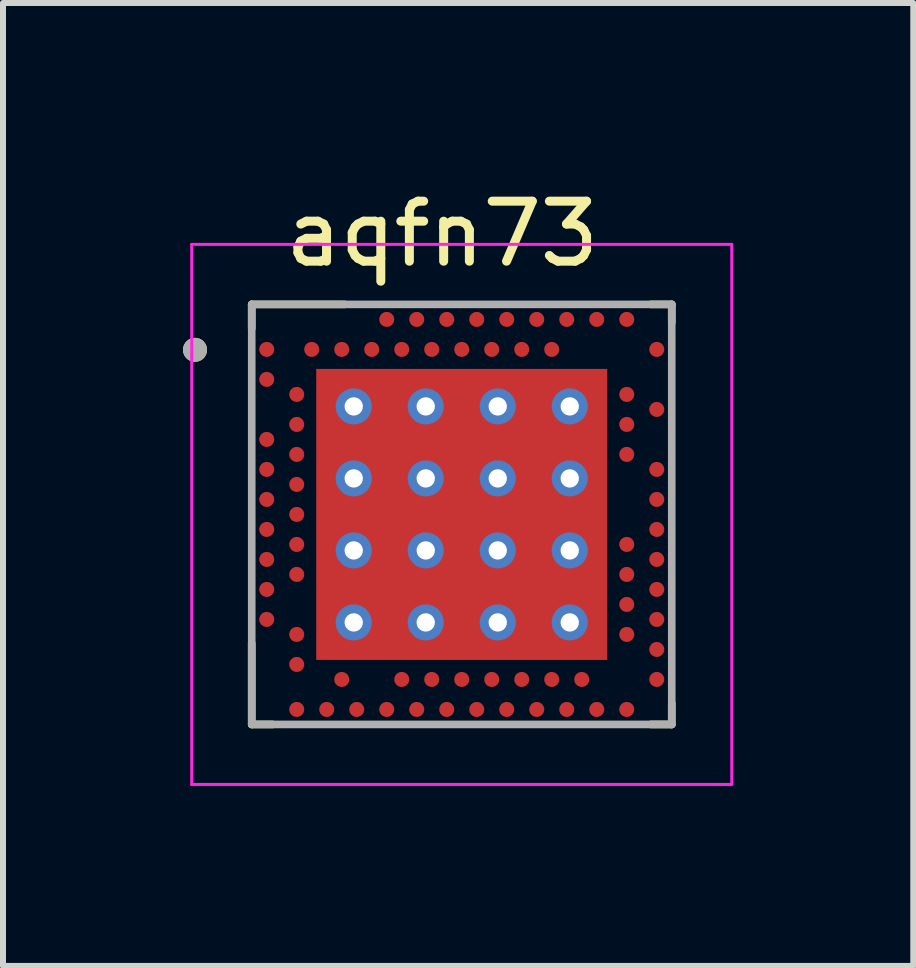
<source format=kicad_pcb>
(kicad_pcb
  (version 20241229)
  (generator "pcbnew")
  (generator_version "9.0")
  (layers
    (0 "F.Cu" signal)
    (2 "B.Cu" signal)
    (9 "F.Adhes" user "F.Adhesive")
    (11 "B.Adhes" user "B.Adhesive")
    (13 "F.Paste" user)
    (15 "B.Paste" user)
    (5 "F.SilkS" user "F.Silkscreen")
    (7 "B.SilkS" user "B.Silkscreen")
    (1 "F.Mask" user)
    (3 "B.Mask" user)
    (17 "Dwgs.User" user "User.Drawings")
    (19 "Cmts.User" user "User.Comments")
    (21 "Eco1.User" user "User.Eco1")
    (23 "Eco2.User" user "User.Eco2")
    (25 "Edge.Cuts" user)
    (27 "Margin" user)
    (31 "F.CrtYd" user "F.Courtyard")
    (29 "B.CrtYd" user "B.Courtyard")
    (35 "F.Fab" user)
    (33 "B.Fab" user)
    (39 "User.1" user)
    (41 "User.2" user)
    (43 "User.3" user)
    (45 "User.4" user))
  (footprint "aqfn73"
    (layer "F.Cu")
    (at 4.645 5.523)
    (property "Reference" "aqfn73" (at -0.325 -4.675 0) (layer "F.SilkS") (effects (font (size 1 1) (thickness 0.15))))
    (attr smd)
    (fp_line (start -3.5 -3.5) (end -1.95 -3.5) (stroke (width 0.127) (type solid)) (layer "F.SilkS"))
    (fp_line (start -3.5 -3.1) (end -3.5 -3.5) (stroke (width 0.127) (type solid)) (layer "F.SilkS"))
    (fp_line (start -3.5 3.5) (end -3.5 2.15) (stroke (width 0.127) (type solid)) (layer "F.SilkS"))
    (fp_line (start -3.15 3.5) (end -3.5 3.5) (stroke (width 0.127) (type solid)) (layer "F.SilkS"))
    (fp_line (start 3.15 -3.5) (end 3.5 -3.5) (stroke (width 0.127) (type solid)) (layer "F.SilkS"))
    (fp_line (start 3.5 -3.5) (end 3.5 -3.2) (stroke (width 0.127) (type solid)) (layer "F.SilkS"))
    (fp_line (start 3.5 3.15) (end 3.5 3.5) (stroke (width 0.127) (type solid)) (layer "F.SilkS"))
    (fp_line (start 3.5 3.5) (end 3.15 3.5) (stroke (width 0.127) (type solid)) (layer "F.SilkS"))
    (fp_circle (center -4.445 -2.743) (end -4.345 -2.743) (stroke (width 0.2) (type solid)) (fill no) (layer "F.SilkS"))
    (fp_poly (pts (xy -2.075 -2.075) (xy -0.355 -2.075) (xy -0.355 -0.355) (xy -2.075 -0.355)) (stroke (width 0.01) (type solid)) (fill yes) (layer "F.Paste"))
    (fp_poly (pts (xy -2.075 0.355) (xy -0.355 0.355) (xy -0.355 2.075) (xy -2.075 2.075)) (stroke (width 0.01) (type solid)) (fill yes) (layer "F.Paste"))
    (fp_poly (pts (xy 0.355 -2.075) (xy 2.075 -2.075) (xy 2.075 -0.355) (xy 0.355 -0.355)) (stroke (width 0.01) (type solid)) (fill yes) (layer "F.Paste"))
    (fp_poly (pts (xy 0.355 0.355) (xy 2.075 0.355) (xy 2.075 2.075) (xy 0.355 2.075)) (stroke (width 0.01) (type solid)) (fill yes) (layer "F.Paste"))
    (fp_line (start -4.5 -4.5) (end -4.5 4.5) (stroke (width 0.05) (type solid)) (layer "F.CrtYd"))
    (fp_line (start -4.5 4.5) (end 4.5 4.5) (stroke (width 0.05) (type solid)) (layer "F.CrtYd"))
    (fp_line (start 4.5 -4.5) (end -4.5 -4.5) (stroke (width 0.05) (type solid)) (layer "F.CrtYd"))
    (fp_line (start 4.5 4.5) (end 4.5 -4.5) (stroke (width 0.05) (type solid)) (layer "F.CrtYd"))
    (fp_line (start -3.5 -3.5) (end 3.5 -3.5) (stroke (width 0.127) (type solid)) (layer "F.Fab"))
    (fp_line (start -3.5 3.5) (end -3.5 -3.5) (stroke (width 0.127) (type solid)) (layer "F.Fab"))
    (fp_line (start 3.5 -3.5) (end 3.5 3.5) (stroke (width 0.127) (type solid)) (layer "F.Fab"))
    (fp_line (start 3.5 3.5) (end -3.5 3.5) (stroke (width 0.127) (type solid)) (layer "F.Fab"))
    (fp_circle (center -4.445 -2.743) (end -4.345 -2.743) (stroke (width 0.2) (type solid)) (fill no) (layer "F.Fab"))
    (pad "74" smd rect (at 0 0) (size 4.85 4.85) (layers "F.Cu" "F.Mask"))
    (pad "74_1" thru_hole circle (at -1.8 -1.8) (size 0.6 0.6) (drill 0.305) (layers "*.Cu" "*.Mask"))
    (pad "74_2" thru_hole circle (at -0.6 -1.8) (size 0.6 0.6) (drill 0.305) (layers "*.Cu" "*.Mask"))
    (pad "74_3" thru_hole circle (at 0.6 -1.8) (size 0.6 0.6) (drill 0.305) (layers "*.Cu" "*.Mask"))
    (pad "74_4" thru_hole circle (at 1.8 -1.8) (size 0.6 0.6) (drill 0.305) (layers "*.Cu" "*.Mask"))
    (pad "74_5" thru_hole circle (at -1.8 -0.6) (size 0.6 0.6) (drill 0.305) (layers "*.Cu" "*.Mask"))
    (pad "74_6" thru_hole circle (at -0.6 -0.6) (size 0.6 0.6) (drill 0.305) (layers "*.Cu" "*.Mask"))
    (pad "74_7" thru_hole circle (at 0.6 -0.6) (size 0.6 0.6) (drill 0.305) (layers "*.Cu" "*.Mask"))
    (pad "74_8" thru_hole circle (at 1.8 -0.6) (size 0.6 0.6) (drill 0.305) (layers "*.Cu" "*.Mask"))
    (pad "74_9" thru_hole circle (at -1.8 0.6) (size 0.6 0.6) (drill 0.305) (layers "*.Cu" "*.Mask"))
    (pad "74_10" thru_hole circle (at -0.6 0.6) (size 0.6 0.6) (drill 0.305) (layers "*.Cu" "*.Mask"))
    (pad "74_11" thru_hole circle (at 0.6 0.6) (size 0.6 0.6) (drill 0.305) (layers "*.Cu" "*.Mask"))
    (pad "74_12" thru_hole circle (at 1.8 0.6) (size 0.6 0.6) (drill 0.305) (layers "*.Cu" "*.Mask"))
    (pad "74_13" thru_hole circle (at -1.8 1.8) (size 0.6 0.6) (drill 0.305) (layers "*.Cu" "*.Mask"))
    (pad "74_14" thru_hole circle (at -0.6 1.8) (size 0.6 0.6) (drill 0.305) (layers "*.Cu" "*.Mask"))
    (pad "74_15" thru_hole circle (at 0.6 1.8) (size 0.6 0.6) (drill 0.305) (layers "*.Cu" "*.Mask"))
    (pad "74_16" thru_hole circle (at 1.8 1.8) (size 0.6 0.6) (drill 0.305) (layers "*.Cu" "*.Mask"))
    (pad "A8" smd circle (at -1.25 -3.25) (size 0.25 0.25) (layers "F.Cu" "F.Mask" "F.Paste"))
    (pad "A10" smd circle (at -0.75 -3.25) (size 0.25 0.25) (layers "F.Cu" "F.Mask" "F.Paste"))
    (pad "A12" smd circle (at -0.25 -3.25) (size 0.25 0.25) (layers "F.Cu" "F.Mask" "F.Paste"))
    (pad "A14" smd circle (at 0.25 -3.25) (size 0.25 0.25) (layers "F.Cu" "F.Mask" "F.Paste"))
    (pad "A16" smd circle (at 0.75 -3.25) (size 0.25 0.25) (layers "F.Cu" "F.Mask" "F.Paste"))
    (pad "A18" smd circle (at 1.25 -3.25) (size 0.25 0.25) (layers "F.Cu" "F.Mask" "F.Paste"))
    (pad "A20" smd circle (at 1.75 -3.25) (size 0.25 0.25) (layers "F.Cu" "F.Mask" "F.Paste"))
    (pad "A22" smd circle (at 2.25 -3.25) (size 0.25 0.25) (layers "F.Cu" "F.Mask" "F.Paste"))
    (pad "A23" smd circle (at 2.75 -3.25) (size 0.25 0.25) (layers "F.Cu" "F.Mask" "F.Paste"))
    (pad "AA24" smd circle (at 3.25 2.25) (size 0.25 0.25) (layers "F.Cu" "F.Mask" "F.Paste"))
    (pad "AB2" smd circle (at -2.75 2.5) (size 0.25 0.25) (layers "F.Cu" "F.Mask" "F.Paste"))
    (pad "AC5" smd circle (at -2 2.75) (size 0.25 0.25) (layers "F.Cu" "F.Mask" "F.Paste"))
    (pad "AC9" smd circle (at -1 2.75) (size 0.25 0.25) (layers "F.Cu" "F.Mask" "F.Paste"))
    (pad "AC11" smd circle (at -0.5 2.75) (size 0.25 0.25) (layers "F.Cu" "F.Mask" "F.Paste"))
    (pad "AC13" smd circle (at 0 2.75) (size 0.25 0.25) (layers "F.Cu" "F.Mask" "F.Paste"))
    (pad "AC15" smd circle (at 0.5 2.75) (size 0.25 0.25) (layers "F.Cu" "F.Mask" "F.Paste"))
    (pad "AC17" smd circle (at 1 2.75) (size 0.25 0.25) (layers "F.Cu" "F.Mask" "F.Paste"))
    (pad "AC19" smd circle (at 1.5 2.75) (size 0.25 0.25) (layers "F.Cu" "F.Mask" "F.Paste"))
    (pad "AC21" smd circle (at 2 2.75) (size 0.25 0.25) (layers "F.Cu" "F.Mask" "F.Paste"))
    (pad "AC24" smd circle (at 3.25 2.75) (size 0.25 0.25) (layers "F.Cu" "F.Mask" "F.Paste"))
    (pad "AD2" smd circle (at -2.75 3.25) (size 0.25 0.25) (layers "F.Cu" "F.Mask" "F.Paste"))
    (pad "AD4" smd circle (at -2.25 3.25) (size 0.25 0.25) (layers "F.Cu" "F.Mask" "F.Paste"))
    (pad "AD6" smd circle (at -1.75 3.25) (size 0.25 0.25) (layers "F.Cu" "F.Mask" "F.Paste"))
    (pad "AD8" smd circle (at -1.25 3.25) (size 0.25 0.25) (layers "F.Cu" "F.Mask" "F.Paste"))
    (pad "AD10" smd circle (at -0.75 3.25) (size 0.25 0.25) (layers "F.Cu" "F.Mask" "F.Paste"))
    (pad "AD12" smd circle (at -0.25 3.25) (size 0.25 0.25) (layers "F.Cu" "F.Mask" "F.Paste"))
    (pad "AD14" smd circle (at 0.25 3.25) (size 0.25 0.25) (layers "F.Cu" "F.Mask" "F.Paste"))
    (pad "AD16" smd circle (at 0.75 3.25) (size 0.25 0.25) (layers "F.Cu" "F.Mask" "F.Paste"))
    (pad "AD18" smd circle (at 1.25 3.25) (size 0.25 0.25) (layers "F.Cu" "F.Mask" "F.Paste"))
    (pad "AD20" smd circle (at 1.75 3.25) (size 0.25 0.25) (layers "F.Cu" "F.Mask" "F.Paste"))
    (pad "AD22" smd circle (at 2.25 3.25) (size 0.25 0.25) (layers "F.Cu" "F.Mask" "F.Paste"))
    (pad "AD23" smd circle (at 2.75 3.25) (size 0.25 0.25) (layers "F.Cu" "F.Mask" "F.Paste"))
    (pad "B1" smd circle (at -3.25 -2.75) (size 0.25 0.25) (layers "F.Cu" "F.Mask" "F.Paste"))
    (pad "B3" smd circle (at -2.5 -2.75) (size 0.25 0.25) (layers "F.Cu" "F.Mask" "F.Paste"))
    (pad "B5" smd circle (at -2 -2.75) (size 0.25 0.25) (layers "F.Cu" "F.Mask" "F.Paste"))
    (pad "B7" smd circle (at -1.5 -2.75) (size 0.25 0.25) (layers "F.Cu" "F.Mask" "F.Paste"))
    (pad "B9" smd circle (at -1 -2.75) (size 0.25 0.25) (layers "F.Cu" "F.Mask" "F.Paste"))
    (pad "B11" smd circle (at -0.5 -2.75) (size 0.25 0.25) (layers "F.Cu" "F.Mask" "F.Paste"))
    (pad "B13" smd circle (at 0 -2.75) (size 0.25 0.25) (layers "F.Cu" "F.Mask" "F.Paste"))
    (pad "B15" smd circle (at 0.5 -2.75) (size 0.25 0.25) (layers "F.Cu" "F.Mask" "F.Paste"))
    (pad "B17" smd circle (at 1 -2.75) (size 0.25 0.25) (layers "F.Cu" "F.Mask" "F.Paste"))
    (pad "B19" smd circle (at 1.5 -2.75) (size 0.25 0.25) (layers "F.Cu" "F.Mask" "F.Paste"))
    (pad "B24" smd circle (at 3.25 -2.75) (size 0.25 0.25) (layers "F.Cu" "F.Mask" "F.Paste"))
    (pad "C1" smd circle (at -3.25 -2.25) (size 0.25 0.25) (layers "F.Cu" "F.Mask" "F.Paste"))
    (pad "D2" smd circle (at -2.75 -2) (size 0.25 0.25) (layers "F.Cu" "F.Mask" "F.Paste"))
    (pad "D23" smd circle (at 2.75 -2) (size 0.25 0.25) (layers "F.Cu" "F.Mask" "F.Paste"))
    (pad "E24" smd circle (at 3.25 -1.75) (size 0.25 0.25) (layers "F.Cu" "F.Mask" "F.Paste"))
    (pad "F2" smd circle (at -2.75 -1.5) (size 0.25 0.25) (layers "F.Cu" "F.Mask" "F.Paste"))
    (pad "F23" smd circle (at 2.75 -1.5) (size 0.25 0.25) (layers "F.Cu" "F.Mask" "F.Paste"))
    (pad "G1" smd circle (at -3.25 -1.25) (size 0.25 0.25) (layers "F.Cu" "F.Mask" "F.Paste"))
    (pad "H2" smd circle (at -2.75 -1) (size 0.25 0.25) (layers "F.Cu" "F.Mask" "F.Paste"))
    (pad "H23" smd circle (at 2.75 -1) (size 0.25 0.25) (layers "F.Cu" "F.Mask" "F.Paste"))
    (pad "J1" smd circle (at -3.25 -0.75) (size 0.25 0.25) (layers "F.Cu" "F.Mask" "F.Paste"))
    (pad "J24" smd circle (at 3.25 -0.75) (size 0.25 0.25) (layers "F.Cu" "F.Mask" "F.Paste"))
    (pad "K2" smd circle (at -2.75 -0.5) (size 0.25 0.25) (layers "F.Cu" "F.Mask" "F.Paste"))
    (pad "L1" smd circle (at -3.25 -0.25) (size 0.25 0.25) (layers "F.Cu" "F.Mask" "F.Paste"))
    (pad "L24" smd circle (at 3.25 -0.25) (size 0.25 0.25) (layers "F.Cu" "F.Mask" "F.Paste"))
    (pad "M2" smd circle (at -2.75 0) (size 0.25 0.25) (layers "F.Cu" "F.Mask" "F.Paste"))
    (pad "N1" smd circle (at -3.25 0.25) (size 0.25 0.25) (layers "F.Cu" "F.Mask" "F.Paste"))
    (pad "N24" smd circle (at 3.25 0.25) (size 0.25 0.25) (layers "F.Cu" "F.Mask" "F.Paste"))
    (pad "P2" smd circle (at -2.75 0.5) (size 0.25 0.25) (layers "F.Cu" "F.Mask" "F.Paste"))
    (pad "P23" smd circle (at 2.75 0.5) (size 0.25 0.25) (layers "F.Cu" "F.Mask" "F.Paste"))
    (pad "R1" smd circle (at -3.25 0.75) (size 0.25 0.25) (layers "F.Cu" "F.Mask" "F.Paste"))
    (pad "R24" smd circle (at 3.25 0.75) (size 0.25 0.25) (layers "F.Cu" "F.Mask" "F.Paste"))
    (pad "T2" smd circle (at -2.75 1) (size 0.25 0.25) (layers "F.Cu" "F.Mask" "F.Paste"))
    (pad "T23" smd circle (at 2.75 1) (size 0.25 0.25) (layers "F.Cu" "F.Mask" "F.Paste"))
    (pad "U1" smd circle (at -3.25 1.25) (size 0.25 0.25) (layers "F.Cu" "F.Mask" "F.Paste"))
    (pad "U24" smd circle (at 3.25 1.25) (size 0.25 0.25) (layers "F.Cu" "F.Mask" "F.Paste"))
    (pad "V23" smd circle (at 2.75 1.5) (size 0.25 0.25) (layers "F.Cu" "F.Mask" "F.Paste"))
    (pad "W1" smd circle (at -3.25 1.75) (size 0.25 0.25) (layers "F.Cu" "F.Mask" "F.Paste"))
    (pad "W24" smd circle (at 3.25 1.75) (size 0.25 0.25) (layers "F.Cu" "F.Mask" "F.Paste"))
    (pad "Y2" smd circle (at -2.75 2) (size 0.25 0.25) (layers "F.Cu" "F.Mask" "F.Paste"))
    (pad "Y23" smd circle (at 2.75 2) (size 0.25 0.25) (layers "F.Cu" "F.Mask" "F.Paste")))
  (gr_rect
    (start -3 -3)
    (end 12.17 13.048)
    (stroke (width 0.1) (type default))
    (fill no)
    (layer "Edge.Cuts")))
</source>
